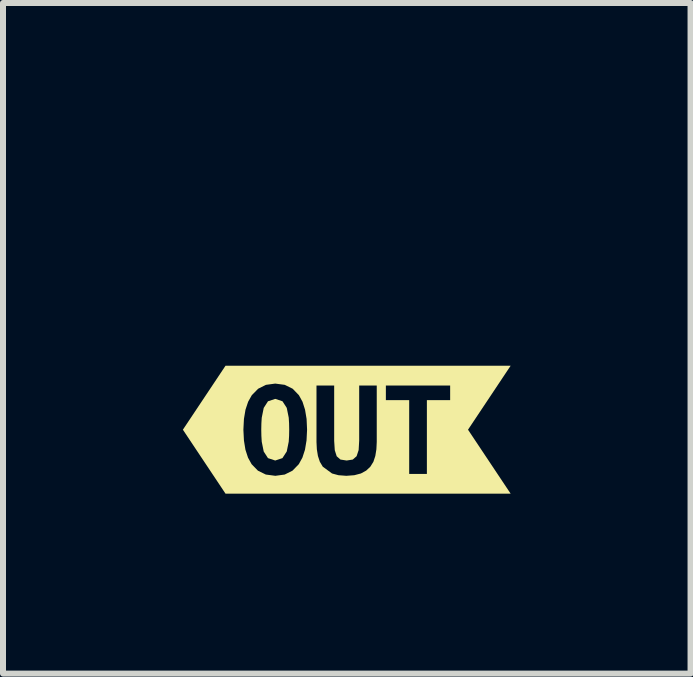
<source format=kicad_pcb>
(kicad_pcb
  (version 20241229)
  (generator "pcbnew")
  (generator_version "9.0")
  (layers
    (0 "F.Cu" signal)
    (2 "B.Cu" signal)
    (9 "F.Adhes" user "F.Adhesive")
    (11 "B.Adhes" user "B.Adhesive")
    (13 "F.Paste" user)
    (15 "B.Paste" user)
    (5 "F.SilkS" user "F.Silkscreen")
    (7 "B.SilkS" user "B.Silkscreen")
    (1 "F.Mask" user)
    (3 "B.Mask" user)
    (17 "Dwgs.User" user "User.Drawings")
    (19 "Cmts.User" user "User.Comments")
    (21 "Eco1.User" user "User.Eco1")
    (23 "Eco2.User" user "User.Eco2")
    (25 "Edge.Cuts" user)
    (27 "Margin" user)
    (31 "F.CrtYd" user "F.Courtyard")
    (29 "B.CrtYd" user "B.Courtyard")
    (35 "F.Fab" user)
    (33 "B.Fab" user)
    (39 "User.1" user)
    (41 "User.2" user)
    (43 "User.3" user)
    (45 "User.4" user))
  (footprint "kibuzzard-6461CA6F"
    (layer "F.Cu")
    (at 2.733 4.116)
    (property "Reference" "kibuzzard-6461CA6F" (at 0 -4.115 0) (layer "F.SilkS") (effects (font (size 0.001 0.001) (thickness 0.15))))
    (attr board_only exclude_from_pos_files exclude_from_bom)
    (fp_poly (pts (xy -1.426 0) (xy -1.424 0.104) (xy -1.418 0.201) (xy -1.385 0.364) (xy -1.314 0.474) (xy -1.193 0.514) (xy -1.073 0.474) (xy -1.001 0.363) (xy -0.968 0.2) (xy -0.962 0.104) (xy -0.96 0) (xy -0.962 -0.104) (xy -0.968 -0.201) (xy -1.001 -0.364) (xy -1.072 -0.474) (xy -1.193 -0.514) (xy -1.314 -0.474) (xy -1.385 -0.363) (xy -1.418 -0.2) (xy -1.424 -0.104) (xy -1.426 0)) (stroke (width 0) (type solid)) (fill yes) (layer "F.SilkS"))
    (fp_poly (pts (xy -1.724 -1.067) (xy -2.022 -1.067) (xy -2.733 0) (xy -2.022 1.067) (xy -1.724 1.067) (xy -1.191 1.067) (xy -1.191 0.769) (xy -1.35 0.748) (xy -1.482 0.683) (xy -1.587 0.575) (xy -1.647 0.466) (xy -1.69 0.334) (xy -1.715 0.179) (xy -1.724 0) (xy -1.715 -0.179) (xy -1.689 -0.334) (xy -1.645 -0.466) (xy -1.584 -0.575) (xy -1.478 -0.683) (xy -1.348 -0.748) (xy -1.193 -0.769) (xy -1.034 -0.748) (xy -0.902 -0.683) (xy -0.798 -0.575) (xy -0.738 -0.466) (xy -0.696 -0.334) (xy -0.67 -0.179) (xy -0.662 0) (xy -0.671 0.179) (xy -0.697 0.334) (xy -0.74 0.466) (xy -0.8 0.575) (xy -0.905 0.683) (xy -1.035 0.748) (xy -1.191 0.769) (xy -1.191 1.067) (xy -0.007 1.067) (xy -0.007 0.769) (xy -0.138 0.759) (xy -0.246 0.73) (xy -0.4 0.617) (xy -0.449 0.535) (xy -0.481 0.438) (xy -0.499 0.327) (xy -0.505 0.205) (xy -0.505 -0.736) (xy -0.21 -0.736) (xy -0.21 0.186) (xy -0.2 0.342) (xy -0.168 0.443) (xy -0.105 0.498) (xy -0.002 0.514) (xy 0.1 0.498) (xy 0.164 0.442) (xy 0.198 0.339) (xy 0.207 0.183) (xy 0.207 -0.736) (xy 0.5 -0.736) (xy 0.5 0.205) (xy 0.494 0.327) (xy 0.476 0.438) (xy 0.444 0.535) (xy 0.393 0.617) (xy 0.324 0.682) (xy 0.236 0.73) (xy 0.126 0.759) (xy -0.007 0.769) (xy -0.007 1.067) (xy 1.336 1.067) (xy 1.336 0.738) (xy 1.041 0.738) (xy 1.041 -0.493) (xy 0.652 -0.493) (xy 0.652 -0.736) (xy 1.724 -0.736) (xy 1.724 -0.493) (xy 1.336 -0.493) (xy 1.336 0.738) (xy 1.336 1.067) (xy 1.724 1.067) (xy 2.022 1.067) (xy 2.733 1.067) (xy 2.022 0) (xy 2.733 -1.067) (xy 2.022 -1.067) (xy 1.724 -1.067) (xy -1.724 -1.067)) (stroke (width 0) (type solid)) (fill yes) (layer "F.SilkS")))
  (gr_rect
    (start -3 -3)
    (end 8.466 8.183)
    (stroke (width 0.1) (type default))
    (fill no)
    (layer "Edge.Cuts")))
</source>
